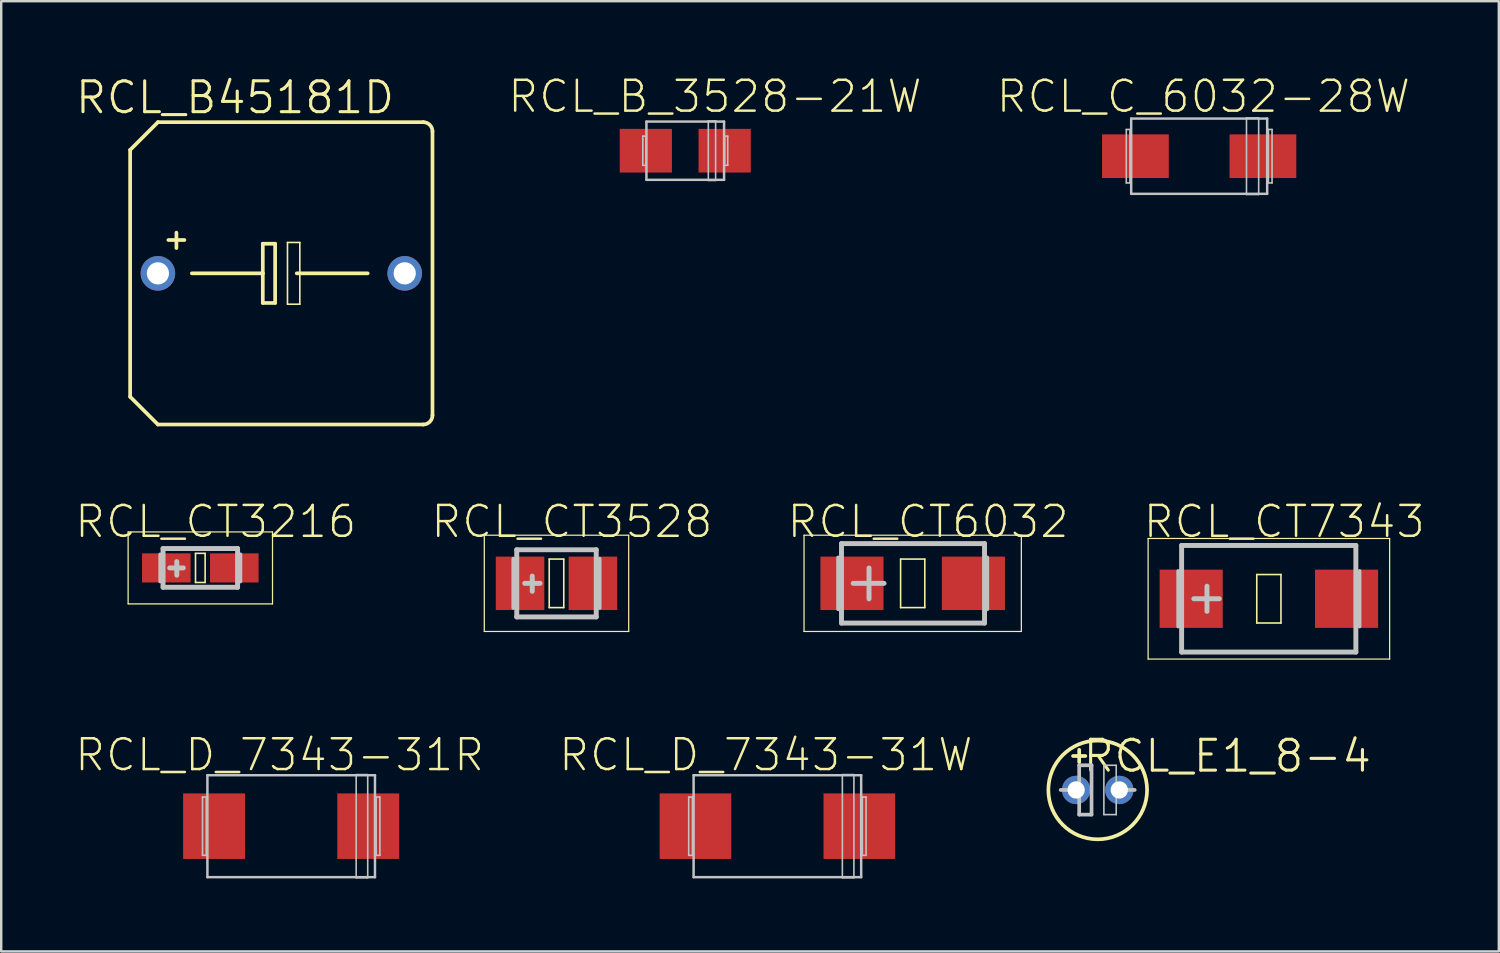
<source format=kicad_pcb>
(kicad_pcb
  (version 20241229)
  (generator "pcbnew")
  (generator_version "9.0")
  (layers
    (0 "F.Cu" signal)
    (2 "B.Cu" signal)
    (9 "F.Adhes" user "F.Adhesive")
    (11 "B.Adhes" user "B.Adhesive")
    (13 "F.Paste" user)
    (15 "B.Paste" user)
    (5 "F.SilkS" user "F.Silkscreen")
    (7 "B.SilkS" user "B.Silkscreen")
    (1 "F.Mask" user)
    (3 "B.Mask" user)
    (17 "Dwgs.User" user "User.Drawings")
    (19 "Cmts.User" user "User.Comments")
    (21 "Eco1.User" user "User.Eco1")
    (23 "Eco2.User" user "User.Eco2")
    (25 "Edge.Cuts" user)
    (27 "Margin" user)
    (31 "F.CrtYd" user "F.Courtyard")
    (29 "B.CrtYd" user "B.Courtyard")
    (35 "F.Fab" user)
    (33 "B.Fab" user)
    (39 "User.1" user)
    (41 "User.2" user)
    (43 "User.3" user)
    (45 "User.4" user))
  (footprint "RCL_CT6032"
    (layer "F.Cu")
    (at 34.521 20.963)
    (property "Reference" "RCL_CT6032" (at 0.635 -2.54 0) (layer "F.SilkS") (effects (font (size 1.27 1.27) (thickness 0.102))))
    (attr smd)
    (fp_line (start -4.473 -1.981) (end 4.473 -1.981) (stroke (width 0.051) (type solid)) (layer "F.SilkS"))
    (fp_line (start -4.473 1.981) (end -4.473 -1.981) (stroke (width 0.051) (type solid)) (layer "F.SilkS"))
    (fp_line (start -0.498 -0.998) (end 0.498 -0.998) (stroke (width 0.066) (type solid)) (layer "F.SilkS"))
    (fp_line (start -0.498 0.998) (end -0.498 -0.998) (stroke (width 0.066) (type solid)) (layer "F.SilkS"))
    (fp_line (start -0.498 0.998) (end 0.498 0.998) (stroke (width 0.066) (type solid)) (layer "F.SilkS"))
    (fp_line (start 0.498 0.998) (end 0.498 -0.998) (stroke (width 0.066) (type solid)) (layer "F.SilkS"))
    (fp_line (start 4.473 -1.981) (end 4.473 1.981) (stroke (width 0.051) (type solid)) (layer "F.SilkS"))
    (fp_line (start 4.473 1.981) (end -4.473 1.981) (stroke (width 0.051) (type solid)) (layer "F.SilkS"))
    (fp_line (start -3.071 -1.067) (end -3.071 1.067) (stroke (width 0.152) (type solid)) (layer "Dwgs.User"))
    (fp_line (start -2.931 1.636) (end -2.931 -1.636) (stroke (width 0.203) (type solid)) (layer "Dwgs.User"))
    (fp_line (start -1.798 -0.63) (end -1.798 0.638) (stroke (width 0.203) (type solid)) (layer "Dwgs.User"))
    (fp_line (start -1.179 0) (end -2.449 0) (stroke (width 0.203) (type solid)) (layer "Dwgs.User"))
    (fp_line (start 2.957 -1.636) (end -2.931 -1.636) (stroke (width 0.203) (type solid)) (layer "Dwgs.User"))
    (fp_line (start 2.957 1.636) (end -2.931 1.636) (stroke (width 0.203) (type solid)) (layer "Dwgs.User"))
    (fp_line (start 2.957 1.636) (end 2.957 -1.636) (stroke (width 0.203) (type solid)) (layer "Dwgs.User"))
    (fp_line (start 3.071 -1.067) (end 3.071 1.067) (stroke (width 0.152) (type solid)) (layer "Dwgs.User"))
    (pad "+" smd rect (at -2.499 0) (size 2.598 2.2) (layers "F.Cu" "F.Mask" "F.Paste"))
    (pad "-" smd rect (at 2.499 0) (size 2.598 2.2) (layers "F.Cu" "F.Mask" "F.Paste")))
  (footprint "RCL_D_7343-31W"
    (layer "F.Cu")
    (at 28.951 30.96)
    (property "Reference" "RCL_D_7343-31W" (at -0.475 -2.934 0) (layer "F.SilkS") (effects (font (size 1.27 1.27) (thickness 0.102))))
    (attr smd)
    (fp_line (start -3.65 -1.199) (end -3.498 -1.199) (stroke (width 0.066) (type solid)) (layer "Dwgs.User"))
    (fp_line (start -3.65 1.199) (end -3.65 -1.199) (stroke (width 0.066) (type solid)) (layer "Dwgs.User"))
    (fp_line (start -3.65 1.199) (end -3.498 1.199) (stroke (width 0.066) (type solid)) (layer "Dwgs.User"))
    (fp_line (start -3.498 1.199) (end -3.498 -1.199) (stroke (width 0.066) (type solid)) (layer "Dwgs.User"))
    (fp_line (start -3.449 -2.098) (end 3.449 -2.098) (stroke (width 0.102) (type solid)) (layer "Dwgs.User"))
    (fp_line (start -3.449 2.098) (end -3.449 -2.098) (stroke (width 0.102) (type solid)) (layer "Dwgs.User"))
    (fp_line (start 2.675 -2.123) (end 3.15 -2.123) (stroke (width 0.066) (type solid)) (layer "Dwgs.User"))
    (fp_line (start 2.675 2.123) (end 2.675 -2.123) (stroke (width 0.066) (type solid)) (layer "Dwgs.User"))
    (fp_line (start 2.675 2.123) (end 3.15 2.123) (stroke (width 0.066) (type solid)) (layer "Dwgs.User"))
    (fp_line (start 3.15 2.123) (end 3.15 -2.123) (stroke (width 0.066) (type solid)) (layer "Dwgs.User"))
    (fp_line (start 3.449 -2.098) (end 3.449 2.098) (stroke (width 0.102) (type solid)) (layer "Dwgs.User"))
    (fp_line (start 3.449 2.098) (end -3.449 2.098) (stroke (width 0.102) (type solid)) (layer "Dwgs.User"))
    (fp_line (start 3.498 -1.199) (end 3.65 -1.199) (stroke (width 0.066) (type solid)) (layer "Dwgs.User"))
    (fp_line (start 3.498 1.199) (end 3.498 -1.199) (stroke (width 0.066) (type solid)) (layer "Dwgs.User"))
    (fp_line (start 3.498 1.199) (end 3.65 1.199) (stroke (width 0.066) (type solid)) (layer "Dwgs.User"))
    (fp_line (start 3.65 1.199) (end 3.65 -1.199) (stroke (width 0.066) (type solid)) (layer "Dwgs.User"))
    (pad "+" smd rect (at 3.373 0) (size 2.949 2.697) (layers "F.Cu" "F.Mask" "F.Paste"))
    (pad "-" smd rect (at -3.373 0) (size 2.949 2.697) (layers "F.Cu" "F.Mask" "F.Paste")))
  (footprint "RCL_B_3528-21W"
    (layer "F.Cu")
    (at 25.158 3.154)
    (property "Reference" "RCL_B_3528-21W" (at 1.224 -2.233 0) (layer "F.SilkS") (effects (font (size 1.27 1.27) (thickness 0.102))))
    (attr smd)
    (fp_line (start -1.748 -0.599) (end -1.623 -0.599) (stroke (width 0.066) (type solid)) (layer "Dwgs.User"))
    (fp_line (start -1.748 0.599) (end -1.748 -0.599) (stroke (width 0.066) (type solid)) (layer "Dwgs.User"))
    (fp_line (start -1.748 0.599) (end -1.623 0.599) (stroke (width 0.066) (type solid)) (layer "Dwgs.User"))
    (fp_line (start -1.623 0.599) (end -1.623 -0.599) (stroke (width 0.066) (type solid)) (layer "Dwgs.User"))
    (fp_line (start -1.598 -1.199) (end 1.598 -1.199) (stroke (width 0.102) (type solid)) (layer "Dwgs.User"))
    (fp_line (start -1.598 1.199) (end -1.598 -1.199) (stroke (width 0.102) (type solid)) (layer "Dwgs.User"))
    (fp_line (start 0.95 -1.224) (end 1.25 -1.224) (stroke (width 0.066) (type solid)) (layer "Dwgs.User"))
    (fp_line (start 0.95 1.224) (end 0.95 -1.224) (stroke (width 0.066) (type solid)) (layer "Dwgs.User"))
    (fp_line (start 0.95 1.224) (end 1.25 1.224) (stroke (width 0.066) (type solid)) (layer "Dwgs.User"))
    (fp_line (start 1.25 1.224) (end 1.25 -1.224) (stroke (width 0.066) (type solid)) (layer "Dwgs.User"))
    (fp_line (start 1.598 -1.199) (end 1.598 1.199) (stroke (width 0.102) (type solid)) (layer "Dwgs.User"))
    (fp_line (start 1.598 1.199) (end -1.598 1.199) (stroke (width 0.102) (type solid)) (layer "Dwgs.User"))
    (fp_line (start 1.623 -0.599) (end 1.748 -0.599) (stroke (width 0.066) (type solid)) (layer "Dwgs.User"))
    (fp_line (start 1.623 0.599) (end 1.623 -0.599) (stroke (width 0.066) (type solid)) (layer "Dwgs.User"))
    (fp_line (start 1.623 0.599) (end 1.748 0.599) (stroke (width 0.066) (type solid)) (layer "Dwgs.User"))
    (fp_line (start 1.748 0.599) (end 1.748 -0.599) (stroke (width 0.066) (type solid)) (layer "Dwgs.User"))
    (pad "+" smd rect (at 1.623 0) (size 2.149 1.798) (layers "F.Cu" "F.Mask" "F.Paste"))
    (pad "-" smd rect (at -1.623 0) (size 2.149 1.798) (layers "F.Cu" "F.Mask" "F.Paste")))
  (footprint "RCL_B45181D"
    (layer "F.Cu")
    (at 8.53 8.202)
    (property "Reference" "RCL_B45181D" (at -1.905 -7.236 0) (layer "F.SilkS") (effects (font (size 1.27 1.27) (thickness 0.127))))
    (attr exclude_from_pos_files exclude_from_bom)
    (fp_line (start -6.223 -5.08) (end -6.223 5.08) (stroke (width 0.152) (type solid)) (layer "F.SilkS"))
    (fp_line (start -6.223 -5.08) (end -5.08 -6.223) (stroke (width 0.152) (type solid)) (layer "F.SilkS"))
    (fp_line (start -5.08 6.223) (end -6.223 5.08) (stroke (width 0.152) (type solid)) (layer "F.SilkS"))
    (fp_line (start -5.08 6.223) (end 5.842 6.223) (stroke (width 0.152) (type solid)) (layer "F.SilkS"))
    (fp_line (start -4.318 -1.676) (end -4.318 -1.041) (stroke (width 0.152) (type solid)) (layer "F.SilkS"))
    (fp_line (start -3.988 -1.372) (end -4.648 -1.372) (stroke (width 0.152) (type solid)) (layer "F.SilkS"))
    (fp_line (start -3.683 0) (end -0.762 0) (stroke (width 0.152) (type solid)) (layer "F.SilkS"))
    (fp_line (start -0.762 -1.219) (end -0.762 0) (stroke (width 0.152) (type solid)) (layer "F.SilkS"))
    (fp_line (start -0.762 0) (end -0.762 1.219) (stroke (width 0.152) (type solid)) (layer "F.SilkS"))
    (fp_line (start -0.762 1.219) (end -0.254 1.219) (stroke (width 0.152) (type solid)) (layer "F.SilkS"))
    (fp_line (start -0.254 -1.219) (end -0.762 -1.219) (stroke (width 0.152) (type solid)) (layer "F.SilkS"))
    (fp_line (start -0.254 1.219) (end -0.254 -1.219) (stroke (width 0.152) (type solid)) (layer "F.SilkS"))
    (fp_line (start 0.254 -1.27) (end 0.762 -1.27) (stroke (width 0.066) (type solid)) (layer "F.SilkS"))
    (fp_line (start 0.254 1.27) (end 0.254 -1.27) (stroke (width 0.066) (type solid)) (layer "F.SilkS"))
    (fp_line (start 0.254 1.27) (end 0.762 1.27) (stroke (width 0.066) (type solid)) (layer "F.SilkS"))
    (fp_line (start 0.635 0) (end 3.556 0) (stroke (width 0.152) (type solid)) (layer "F.SilkS"))
    (fp_line (start 0.762 1.27) (end 0.762 -1.27) (stroke (width 0.066) (type solid)) (layer "F.SilkS"))
    (fp_line (start 5.842 -6.223) (end -5.08 -6.223) (stroke (width 0.152) (type solid)) (layer "F.SilkS"))
    (fp_line (start 6.223 -5.842) (end 6.223 5.842) (stroke (width 0.152) (type solid)) (layer "F.SilkS"))
    (fp_arc (start 5.842 -6.223) (mid 6.111408 -6.111408) (end 6.223 -5.842) (stroke (width 0.1524) (type solid)) (layer "F.SilkS"))
    (fp_arc (start 6.223 5.842) (mid 6.111408 6.111408) (end 5.842 6.223) (stroke (width 0.1524) (type solid)) (layer "F.SilkS"))
    (pad "+" thru_hole circle (at -5.08 0) (size 1.422 1.422) (drill 0.914) (layers "*.Cu" "*.Paste" "*.Mask"))
    (pad "-" thru_hole circle (at 5.08 0) (size 1.422 1.422) (drill 0.914) (layers "*.Cu" "*.Paste" "*.Mask")))
  (footprint "RCL_D_7343-31R"
    (layer "F.Cu")
    (at 8.937 30.96)
    (property "Reference" "RCL_D_7343-31R" (at -0.475 -2.934 0) (layer "F.SilkS") (effects (font (size 1.27 1.27) (thickness 0.102))))
    (attr smd)
    (fp_line (start -3.65 -1.199) (end -3.498 -1.199) (stroke (width 0.066) (type solid)) (layer "Dwgs.User"))
    (fp_line (start -3.65 1.199) (end -3.65 -1.199) (stroke (width 0.066) (type solid)) (layer "Dwgs.User"))
    (fp_line (start -3.65 1.199) (end -3.498 1.199) (stroke (width 0.066) (type solid)) (layer "Dwgs.User"))
    (fp_line (start -3.498 1.199) (end -3.498 -1.199) (stroke (width 0.066) (type solid)) (layer "Dwgs.User"))
    (fp_line (start -3.449 -2.098) (end 3.449 -2.098) (stroke (width 0.102) (type solid)) (layer "Dwgs.User"))
    (fp_line (start -3.449 2.098) (end -3.449 -2.098) (stroke (width 0.102) (type solid)) (layer "Dwgs.User"))
    (fp_line (start 2.675 -2.123) (end 3.15 -2.123) (stroke (width 0.066) (type solid)) (layer "Dwgs.User"))
    (fp_line (start 2.675 2.123) (end 2.675 -2.123) (stroke (width 0.066) (type solid)) (layer "Dwgs.User"))
    (fp_line (start 2.675 2.123) (end 3.15 2.123) (stroke (width 0.066) (type solid)) (layer "Dwgs.User"))
    (fp_line (start 3.15 2.123) (end 3.15 -2.123) (stroke (width 0.066) (type solid)) (layer "Dwgs.User"))
    (fp_line (start 3.449 -2.098) (end 3.449 2.098) (stroke (width 0.102) (type solid)) (layer "Dwgs.User"))
    (fp_line (start 3.449 2.098) (end -3.449 2.098) (stroke (width 0.102) (type solid)) (layer "Dwgs.User"))
    (fp_line (start 3.498 -1.199) (end 3.65 -1.199) (stroke (width 0.066) (type solid)) (layer "Dwgs.User"))
    (fp_line (start 3.498 1.199) (end 3.498 -1.199) (stroke (width 0.066) (type solid)) (layer "Dwgs.User"))
    (fp_line (start 3.498 1.199) (end 3.65 1.199) (stroke (width 0.066) (type solid)) (layer "Dwgs.User"))
    (fp_line (start 3.65 1.199) (end 3.65 -1.199) (stroke (width 0.066) (type solid)) (layer "Dwgs.User"))
    (pad "+" smd rect (at 3.172 0) (size 2.548 2.697) (layers "F.Cu" "F.Mask" "F.Paste"))
    (pad "-" smd rect (at -3.175 0) (size 2.548 2.697) (layers "F.Cu" "F.Mask" "F.Paste")))
  (footprint "RCL_E1_8-4"
    (layer "F.Cu")
    (at 42.137 29.468)
    (property "Reference" "RCL_E1_8-4" (at 5.334 -1.397 0) (layer "F.SilkS") (effects (font (size 1.27 1.27) (thickness 0.127))))
    (attr exclude_from_pos_files exclude_from_bom)
    (fp_line (start -1.016 -1.397) (end -0.508 -1.397) (stroke (width 0.152) (type solid)) (layer "F.SilkS"))
    (fp_line (start -0.762 -1.143) (end -0.762 -1.651) (stroke (width 0.152) (type solid)) (layer "F.SilkS"))
    (fp_circle (center 0 0) (end 0 -2.032) (stroke (width 0.152) (type solid)) (fill no) (layer "F.SilkS"))
    (fp_line (start -1.524 0) (end -0.762 0) (stroke (width 0.152) (type solid)) (layer "Dwgs.User"))
    (fp_line (start -0.762 -1.016) (end -0.762 0) (stroke (width 0.152) (type solid)) (layer "Dwgs.User"))
    (fp_line (start -0.762 0) (end -0.762 1.016) (stroke (width 0.152) (type solid)) (layer "Dwgs.User"))
    (fp_line (start -0.762 1.016) (end -0.254 1.016) (stroke (width 0.152) (type solid)) (layer "Dwgs.User"))
    (fp_line (start -0.254 -1.016) (end -0.762 -1.016) (stroke (width 0.152) (type solid)) (layer "Dwgs.User"))
    (fp_line (start -0.254 1.016) (end -0.254 -1.016) (stroke (width 0.152) (type solid)) (layer "Dwgs.User"))
    (fp_line (start 0.254 -1.016) (end 0.762 -1.016) (stroke (width 0.066) (type solid)) (layer "Dwgs.User"))
    (fp_line (start 0.254 1.016) (end 0.254 -1.016) (stroke (width 0.066) (type solid)) (layer "Dwgs.User"))
    (fp_line (start 0.254 1.016) (end 0.762 1.016) (stroke (width 0.066) (type solid)) (layer "Dwgs.User"))
    (fp_line (start 0.635 0) (end 1.524 0) (stroke (width 0.152) (type solid)) (layer "Dwgs.User"))
    (fp_line (start 0.762 1.016) (end 0.762 -1.016) (stroke (width 0.066) (type solid)) (layer "Dwgs.User"))
    (pad "+" thru_hole circle (at -0.889 0) (size 1.168 1.168) (drill 0.711) (layers "*.Cu" "*.Paste" "*.Mask"))
    (pad "-" thru_hole circle (at 0.889 0) (size 1.168 1.168) (drill 0.711) (layers "*.Cu" "*.Paste" "*.Mask")))
  (footprint "RCL_CT7343"
    (layer "F.Cu")
    (at 49.183 21.598)
    (property "Reference" "RCL_CT7343" (at 0.635 -3.175 0) (layer "F.SilkS") (effects (font (size 1.27 1.27) (thickness 0.102))))
    (attr smd)
    (fp_line (start -4.971 -2.482) (end 4.971 -2.482) (stroke (width 0.051) (type solid)) (layer "F.SilkS"))
    (fp_line (start -4.971 2.482) (end -4.971 -2.482) (stroke (width 0.051) (type solid)) (layer "F.SilkS"))
    (fp_line (start -0.498 -0.998) (end 0.498 -0.998) (stroke (width 0.066) (type solid)) (layer "F.SilkS"))
    (fp_line (start -0.498 0.998) (end -0.498 -0.998) (stroke (width 0.066) (type solid)) (layer "F.SilkS"))
    (fp_line (start -0.498 0.998) (end 0.498 0.998) (stroke (width 0.066) (type solid)) (layer "F.SilkS"))
    (fp_line (start 0.498 0.998) (end 0.498 -0.998) (stroke (width 0.066) (type solid)) (layer "F.SilkS"))
    (fp_line (start 4.971 -2.482) (end 4.971 2.482) (stroke (width 0.051) (type solid)) (layer "F.SilkS"))
    (fp_line (start 4.971 2.482) (end -4.971 2.482) (stroke (width 0.051) (type solid)) (layer "F.SilkS"))
    (fp_line (start -3.734 -1.143) (end -3.734 1.143) (stroke (width 0.152) (type solid)) (layer "Dwgs.User"))
    (fp_line (start -3.592 2.195) (end -3.592 -2.195) (stroke (width 0.203) (type solid)) (layer "Dwgs.User"))
    (fp_line (start -2.548 -0.518) (end -2.548 0.518) (stroke (width 0.203) (type solid)) (layer "Dwgs.User"))
    (fp_line (start -2.04 0) (end -3.089 0) (stroke (width 0.203) (type solid)) (layer "Dwgs.User"))
    (fp_line (start 3.581 -2.195) (end -3.592 -2.195) (stroke (width 0.203) (type solid)) (layer "Dwgs.User"))
    (fp_line (start 3.581 2.195) (end -3.592 2.195) (stroke (width 0.203) (type solid)) (layer "Dwgs.User"))
    (fp_line (start 3.581 2.195) (end 3.581 -2.195) (stroke (width 0.203) (type solid)) (layer "Dwgs.User"))
    (fp_line (start 3.734 -1.143) (end 3.734 1.143) (stroke (width 0.152) (type solid)) (layer "Dwgs.User"))
    (pad "+" smd rect (at -3.198 0) (size 2.598 2.398) (layers "F.Cu" "F.Mask" "F.Paste"))
    (pad "-" smd rect (at 3.198 0) (size 2.598 2.398) (layers "F.Cu" "F.Mask" "F.Paste")))
  (footprint "RCL_CT3216"
    (layer "F.Cu")
    (at 5.196 20.328)
    (property "Reference" "RCL_CT3216" (at 0.635 -1.905 0) (layer "F.SilkS") (effects (font (size 1.27 1.27) (thickness 0.102))))
    (attr smd)
    (fp_line (start -2.972 -1.481) (end 2.972 -1.481) (stroke (width 0.051) (type solid)) (layer "F.SilkS"))
    (fp_line (start -2.972 1.481) (end -2.972 -1.481) (stroke (width 0.051) (type solid)) (layer "F.SilkS"))
    (fp_line (start -0.198 -0.599) (end 0.198 -0.599) (stroke (width 0.066) (type solid)) (layer "F.SilkS"))
    (fp_line (start -0.198 0.599) (end -0.198 -0.599) (stroke (width 0.066) (type solid)) (layer "F.SilkS"))
    (fp_line (start -0.198 0.599) (end 0.198 0.599) (stroke (width 0.066) (type solid)) (layer "F.SilkS"))
    (fp_line (start 0.198 0.599) (end 0.198 -0.599) (stroke (width 0.066) (type solid)) (layer "F.SilkS"))
    (fp_line (start 2.972 -1.481) (end 2.972 1.481) (stroke (width 0.051) (type solid)) (layer "F.SilkS"))
    (fp_line (start 2.972 1.481) (end -2.972 1.481) (stroke (width 0.051) (type solid)) (layer "F.SilkS"))
    (fp_line (start -1.651 -0.559) (end -1.651 0.559) (stroke (width 0.152) (type solid)) (layer "Dwgs.User"))
    (fp_line (start -1.534 -0.798) (end -1.534 0.798) (stroke (width 0.203) (type solid)) (layer "Dwgs.User"))
    (fp_line (start -1.534 0.798) (end 1.534 0.798) (stroke (width 0.203) (type solid)) (layer "Dwgs.User"))
    (fp_line (start -0.968 -0.259) (end -0.968 0.3) (stroke (width 0.203) (type solid)) (layer "Dwgs.User"))
    (fp_line (start -0.699 0) (end -1.26 0) (stroke (width 0.203) (type solid)) (layer "Dwgs.User"))
    (fp_line (start 1.534 -0.798) (end -1.534 -0.798) (stroke (width 0.203) (type solid)) (layer "Dwgs.User"))
    (fp_line (start 1.534 0.798) (end 1.534 -0.798) (stroke (width 0.203) (type solid)) (layer "Dwgs.User"))
    (fp_line (start 1.651 -0.559) (end 1.651 0.559) (stroke (width 0.152) (type solid)) (layer "Dwgs.User"))
    (pad "+" smd rect (at -1.4 0) (size 1.999 1.199) (layers "F.Cu" "F.Mask" "F.Paste"))
    (pad "-" smd rect (at 1.4 0) (size 1.999 1.199) (layers "F.Cu" "F.Mask" "F.Paste")))
  (footprint "RCL_CT3528"
    (layer "F.Cu")
    (at 19.858 20.963)
    (property "Reference" "RCL_CT3528" (at 0.635 -2.54 0) (layer "F.SilkS") (effects (font (size 1.27 1.27) (thickness 0.102))))
    (attr smd)
    (fp_line (start -2.972 -1.981) (end 2.972 -1.981) (stroke (width 0.051) (type solid)) (layer "F.SilkS"))
    (fp_line (start -2.972 1.981) (end -2.972 -1.981) (stroke (width 0.051) (type solid)) (layer "F.SilkS"))
    (fp_line (start -0.3 -0.998) (end 0.3 -0.998) (stroke (width 0.066) (type solid)) (layer "F.SilkS"))
    (fp_line (start -0.3 0.998) (end -0.3 -0.998) (stroke (width 0.066) (type solid)) (layer "F.SilkS"))
    (fp_line (start -0.3 0.998) (end 0.3 0.998) (stroke (width 0.066) (type solid)) (layer "F.SilkS"))
    (fp_line (start 0.3 0.998) (end 0.3 -0.998) (stroke (width 0.066) (type solid)) (layer "F.SilkS"))
    (fp_line (start 2.972 -1.981) (end 2.972 1.981) (stroke (width 0.051) (type solid)) (layer "F.SilkS"))
    (fp_line (start 2.972 1.981) (end -2.972 1.981) (stroke (width 0.051) (type solid)) (layer "F.SilkS"))
    (fp_line (start -1.778 -1.016) (end -1.778 1.016) (stroke (width 0.152) (type solid)) (layer "Dwgs.User"))
    (fp_line (start -1.636 1.382) (end -1.636 -1.382) (stroke (width 0.203) (type solid)) (layer "Dwgs.User"))
    (fp_line (start -0.998 -0.3) (end -0.998 0.328) (stroke (width 0.203) (type solid)) (layer "Dwgs.User"))
    (fp_line (start -0.678 0) (end -1.308 0) (stroke (width 0.203) (type solid)) (layer "Dwgs.User"))
    (fp_line (start 1.636 -1.382) (end -1.636 -1.382) (stroke (width 0.203) (type solid)) (layer "Dwgs.User"))
    (fp_line (start 1.636 1.382) (end -1.636 1.382) (stroke (width 0.203) (type solid)) (layer "Dwgs.User"))
    (fp_line (start 1.636 1.382) (end 1.636 -1.382) (stroke (width 0.203) (type solid)) (layer "Dwgs.User"))
    (fp_line (start 1.778 -1.016) (end 1.778 1.016) (stroke (width 0.152) (type solid)) (layer "Dwgs.User"))
    (pad "+" smd rect (at -1.499 0) (size 1.999 2.2) (layers "F.Cu" "F.Mask" "F.Paste"))
    (pad "-" smd rect (at 1.499 0) (size 1.999 2.2) (layers "F.Cu" "F.Mask" "F.Paste")))
  (footprint "RCL_C_6032-28W"
    (layer "F.Cu")
    (at 46.314 3.38)
    (property "Reference" "RCL_C_6032-28W" (at 0.173 -2.459 0) (layer "F.SilkS") (effects (font (size 1.27 1.27) (thickness 0.102))))
    (attr smd)
    (fp_line (start -3 -1.1) (end -2.85 -1.1) (stroke (width 0.066) (type solid)) (layer "Dwgs.User"))
    (fp_line (start -3 1.1) (end -3 -1.1) (stroke (width 0.066) (type solid)) (layer "Dwgs.User"))
    (fp_line (start -3 1.1) (end -2.85 1.1) (stroke (width 0.066) (type solid)) (layer "Dwgs.User"))
    (fp_line (start -2.85 1.1) (end -2.85 -1.1) (stroke (width 0.066) (type solid)) (layer "Dwgs.User"))
    (fp_line (start -2.799 -1.549) (end 2.799 -1.549) (stroke (width 0.102) (type solid)) (layer "Dwgs.User"))
    (fp_line (start -2.799 1.549) (end -2.799 -1.549) (stroke (width 0.102) (type solid)) (layer "Dwgs.User"))
    (fp_line (start 1.948 -1.575) (end 2.449 -1.575) (stroke (width 0.066) (type solid)) (layer "Dwgs.User"))
    (fp_line (start 1.948 1.575) (end 1.948 -1.575) (stroke (width 0.066) (type solid)) (layer "Dwgs.User"))
    (fp_line (start 1.948 1.575) (end 2.449 1.575) (stroke (width 0.066) (type solid)) (layer "Dwgs.User"))
    (fp_line (start 2.449 1.575) (end 2.449 -1.575) (stroke (width 0.066) (type solid)) (layer "Dwgs.User"))
    (fp_line (start 2.799 -1.549) (end 2.799 1.549) (stroke (width 0.102) (type solid)) (layer "Dwgs.User"))
    (fp_line (start 2.799 1.549) (end -2.799 1.549) (stroke (width 0.102) (type solid)) (layer "Dwgs.User"))
    (fp_line (start 2.85 -1.1) (end 3 -1.1) (stroke (width 0.066) (type solid)) (layer "Dwgs.User"))
    (fp_line (start 2.85 1.1) (end 2.85 -1.1) (stroke (width 0.066) (type solid)) (layer "Dwgs.User"))
    (fp_line (start 2.85 1.1) (end 3 1.1) (stroke (width 0.066) (type solid)) (layer "Dwgs.User"))
    (fp_line (start 3 1.1) (end 3 -1.1) (stroke (width 0.066) (type solid)) (layer "Dwgs.User"))
    (pad "+" smd rect (at 2.624 0) (size 2.748 1.798) (layers "F.Cu" "F.Mask" "F.Paste"))
    (pad "-" smd rect (at -2.624 0) (size 2.748 1.798) (layers "F.Cu" "F.Mask" "F.Paste")))
  (gr_rect
    (start -3 -3)
    (end 58.649 36.116)
    (stroke (width 0.1) (type default))
    (fill no)
    (layer "Edge.Cuts")))
</source>
